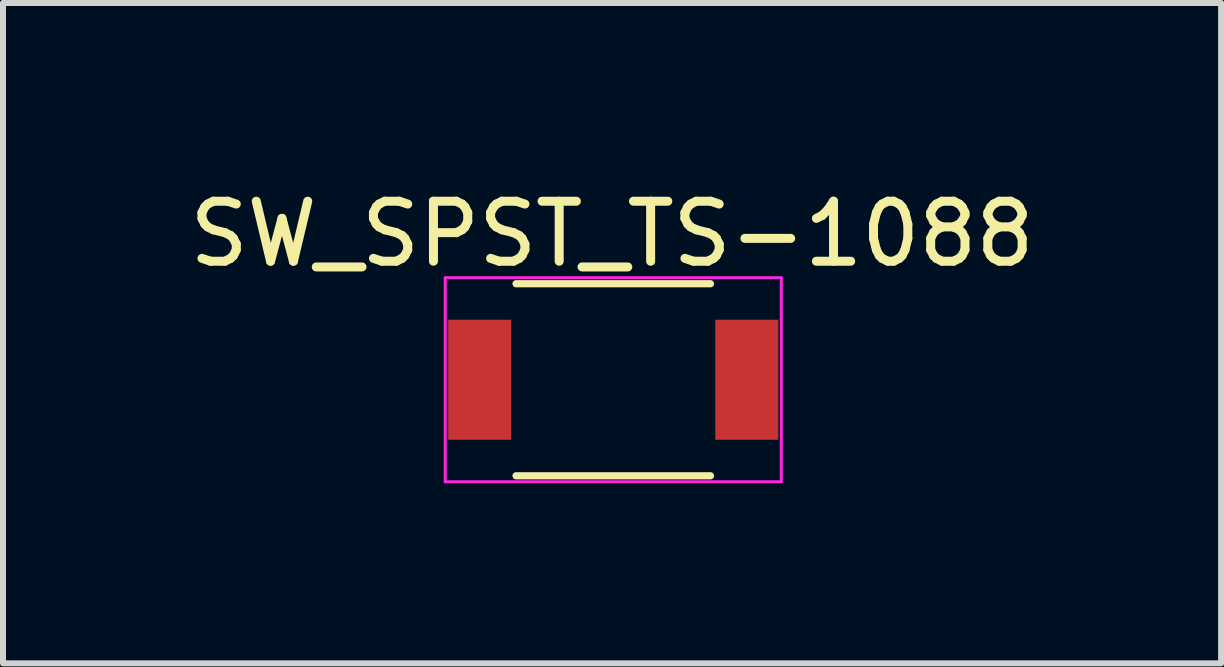
<source format=kicad_pcb>
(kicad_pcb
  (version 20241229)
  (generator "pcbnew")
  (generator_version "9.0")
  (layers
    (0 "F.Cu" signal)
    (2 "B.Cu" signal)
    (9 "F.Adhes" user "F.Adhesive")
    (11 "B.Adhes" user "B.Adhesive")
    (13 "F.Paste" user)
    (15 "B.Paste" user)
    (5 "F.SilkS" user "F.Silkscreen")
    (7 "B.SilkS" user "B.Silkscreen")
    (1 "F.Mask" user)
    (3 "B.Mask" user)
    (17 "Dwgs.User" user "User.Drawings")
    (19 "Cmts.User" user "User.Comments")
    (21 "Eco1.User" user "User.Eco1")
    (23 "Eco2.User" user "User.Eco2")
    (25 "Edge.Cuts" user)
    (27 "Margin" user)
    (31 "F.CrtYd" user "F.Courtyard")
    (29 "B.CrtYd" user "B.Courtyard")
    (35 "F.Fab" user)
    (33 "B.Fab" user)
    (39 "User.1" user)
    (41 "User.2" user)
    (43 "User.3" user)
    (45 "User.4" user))
  (footprint "SW_SPST_TS-1088"
    (layer "F.Cu")
    (at 7.169 3.278)
    (property "Reference" "SW_SPST_TS-1088" (at -0.02 -2.43 0) (layer "F.SilkS") (effects (font (size 1 1) (thickness 0.15))))
    (attr smd)
    (fp_line (start -1.62 -1.6) (end 1.62 -1.6) (stroke (width 0.12) (type solid)) (layer "F.SilkS"))
    (fp_line (start -1.62 1.6) (end 1.62 1.6) (stroke (width 0.12) (type solid)) (layer "F.SilkS"))
    (fp_line (start -2.8 -1.7) (end -2.8 1.7) (stroke (width 0.05) (type solid)) (layer "F.CrtYd"))
    (fp_line (start -2.8 -1.7) (end 2.8 -1.7) (stroke (width 0.05) (type solid)) (layer "F.CrtYd"))
    (fp_line (start -2.8 1.7) (end 2.8 1.7) (stroke (width 0.05) (type solid)) (layer "F.CrtYd"))
    (fp_line (start 2.8 -1.7) (end 2.8 1.7) (stroke (width 0.05) (type solid)) (layer "F.CrtYd"))
    (pad "1" smd rect (at -2.225 0) (size 1.05 2) (layers "F.Cu" "F.Mask" "F.Paste"))
    (pad "2" smd rect (at 2.225 0) (size 1.05 2) (layers "F.Cu" "F.Mask" "F.Paste")))
  (gr_rect
    (start -3 -3)
    (end 17.298 8.003)
    (stroke (width 0.1) (type default))
    (fill no)
    (layer "Edge.Cuts")))
</source>
